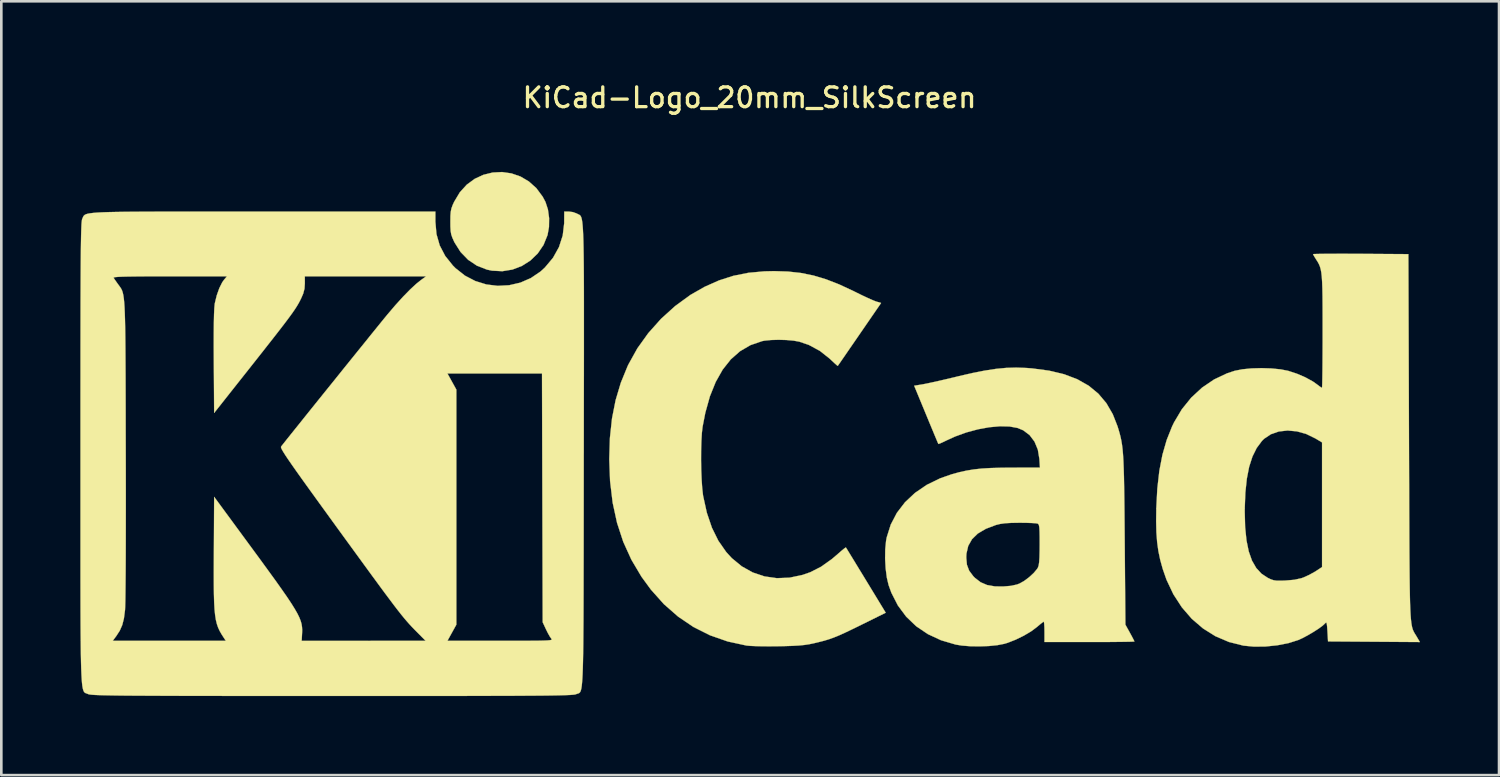
<source format=kicad_pcb>
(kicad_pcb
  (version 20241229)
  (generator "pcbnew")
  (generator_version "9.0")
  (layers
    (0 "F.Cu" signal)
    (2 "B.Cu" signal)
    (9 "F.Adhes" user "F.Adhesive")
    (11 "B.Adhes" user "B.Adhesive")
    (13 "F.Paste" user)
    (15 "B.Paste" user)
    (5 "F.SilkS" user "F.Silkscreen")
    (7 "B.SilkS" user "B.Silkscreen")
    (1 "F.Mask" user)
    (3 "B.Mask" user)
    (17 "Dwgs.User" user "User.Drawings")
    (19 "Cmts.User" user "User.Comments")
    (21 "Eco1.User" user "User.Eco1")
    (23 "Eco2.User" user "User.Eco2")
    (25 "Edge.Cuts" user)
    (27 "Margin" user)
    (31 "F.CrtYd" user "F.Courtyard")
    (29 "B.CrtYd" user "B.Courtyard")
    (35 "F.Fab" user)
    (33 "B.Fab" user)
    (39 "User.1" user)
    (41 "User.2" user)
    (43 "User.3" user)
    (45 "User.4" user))
  (footprint "KiCad-Logo_20mm_SilkScreen"
    (layer "F.Cu")
    (at 25.405 13.358)
    (property "Reference" "KiCad-Logo_20mm_SilkScreen" (at 0 -12.7 0) (layer "F.SilkS") (effects (font (size 0.75 0.75) (thickness 0.125))))
    (attr exclude_from_pos_files exclude_from_bom allow_missing_courtyard)
    (fp_poly (pts (xy -9.038 -9.825) (xy -8.696 -9.707) (xy -8.378 -9.52) (xy -8.094 -9.266) (xy -7.854 -8.943) (xy -7.746 -8.74) (xy -7.653 -8.455) (xy -7.608 -8.127) (xy -7.613 -7.79) (xy -7.668 -7.484) (xy -7.82 -7.11) (xy -8.04 -6.786) (xy -8.318 -6.518) (xy -8.641 -6.312) (xy -8.999 -6.175) (xy -9.381 -6.112) (xy -9.775 -6.132) (xy -9.969 -6.173) (xy -10.347 -6.32) (xy -10.683 -6.545) (xy -10.969 -6.84) (xy -11.196 -7.198) (xy -11.216 -7.238) (xy -11.282 -7.385) (xy -11.324 -7.508) (xy -11.346 -7.639) (xy -11.356 -7.807) (xy -11.357 -7.989) (xy -11.355 -8.208) (xy -11.343 -8.366) (xy -11.317 -8.494) (xy -11.271 -8.622) (xy -11.213 -8.748) (xy -10.999 -9.106) (xy -10.735 -9.397) (xy -10.432 -9.619) (xy -10.101 -9.772) (xy -9.751 -9.858) (xy -9.393 -9.876) (xy -9.038 -9.825)) (stroke (width 0.01) (type solid)) (fill yes) (layer "F.SilkS"))
    (fp_poly (pts (xy 1.459 -6.099) (xy 1.95 -6.045) (xy 2.425 -5.949) (xy 2.905 -5.805) (xy 3.408 -5.609) (xy 3.953 -5.355) (xy 4.052 -5.306) (xy 4.277 -5.195) (xy 4.49 -5.095) (xy 4.669 -5.016) (xy 4.793 -4.966) (xy 4.812 -4.96) (xy 4.995 -4.905) (xy 4.177 -3.716) (xy 3.977 -3.425) (xy 3.794 -3.16) (xy 3.635 -2.928) (xy 3.505 -2.74) (xy 3.411 -2.604) (xy 3.359 -2.529) (xy 3.35 -2.517) (xy 3.316 -2.541) (xy 3.231 -2.616) (xy 3.112 -2.727) (xy 3.046 -2.79) (xy 2.671 -3.087) (xy 2.251 -3.314) (xy 1.889 -3.437) (xy 1.672 -3.476) (xy 1.399 -3.5) (xy 1.105 -3.508) (xy 0.819 -3.5) (xy 0.574 -3.476) (xy 0.477 -3.457) (xy 0.037 -3.306) (xy -0.359 -3.075) (xy -0.712 -2.764) (xy -1.02 -2.375) (xy -1.284 -1.907) (xy -1.504 -1.362) (xy -1.678 -0.738) (xy -1.782 -0.205) (xy -1.809 0.031) (xy -1.827 0.335) (xy -1.837 0.686) (xy -1.839 1.062) (xy -1.833 1.442) (xy -1.818 1.802) (xy -1.796 2.122) (xy -1.767 2.38) (xy -1.761 2.42) (xy -1.62 3.06) (xy -1.428 3.626) (xy -1.183 4.122) (xy -0.885 4.549) (xy -0.674 4.78) (xy -0.294 5.093) (xy 0.122 5.325) (xy 0.569 5.475) (xy 1.038 5.542) (xy 1.522 5.523) (xy 2.016 5.418) (xy 2.307 5.316) (xy 2.711 5.111) (xy 3.127 4.816) (xy 3.36 4.617) (xy 3.491 4.502) (xy 3.593 4.418) (xy 3.652 4.377) (xy 3.659 4.376) (xy 3.685 4.417) (xy 3.753 4.527) (xy 3.856 4.696) (xy 3.99 4.915) (xy 4.147 5.173) (xy 4.324 5.462) (xy 4.422 5.623) (xy 5.171 6.854) (xy 4.236 7.316) (xy 3.897 7.482) (xy 3.623 7.613) (xy 3.397 7.715) (xy 3.201 7.795) (xy 3.019 7.86) (xy 2.835 7.916) (xy 2.631 7.968) (xy 2.435 8.015) (xy 2.261 8.051) (xy 2.08 8.078) (xy 1.872 8.098) (xy 1.62 8.112) (xy 1.305 8.122) (xy 1.092 8.126) (xy 0.79 8.129) (xy 0.499 8.128) (xy 0.241 8.122) (xy 0.033 8.113) (xy -0.105 8.101) (xy -0.113 8.1) (xy -0.828 7.945) (xy -1.499 7.711) (xy -2.127 7.396) (xy -2.71 7.002) (xy -3.25 6.529) (xy -3.744 5.976) (xy -4.103 5.485) (xy -4.484 4.842) (xy -4.793 4.163) (xy -5.029 3.443) (xy -5.196 2.675) (xy -5.294 1.855) (xy -5.325 1.023) (xy -5.3 0.218) (xy -5.22 -0.525) (xy -5.083 -1.218) (xy -4.887 -1.874) (xy -4.629 -2.506) (xy -4.598 -2.571) (xy -4.258 -3.183) (xy -3.841 -3.764) (xy -3.358 -4.305) (xy -2.821 -4.791) (xy -2.243 -5.212) (xy -1.703 -5.52) (xy -1.158 -5.762) (xy -0.613 -5.937) (xy -0.044 -6.051) (xy 0.567 -6.107) (xy 0.933 -6.115) (xy 1.459 -6.099)) (stroke (width 0.01) (type solid)) (fill yes) (layer "F.SilkS"))
    (fp_poly (pts (xy 22.685 -6.774) (xy 23.072 -6.772) (xy 23.204 -6.772) (xy 25.013 -6.76) (xy 25.036 0.182) (xy 25.039 1.123) (xy 25.042 1.978) (xy 25.044 2.751) (xy 25.047 3.445) (xy 25.049 4.067) (xy 25.052 4.619) (xy 25.056 5.107) (xy 25.06 5.535) (xy 25.065 5.907) (xy 25.071 6.228) (xy 25.078 6.502) (xy 25.087 6.734) (xy 25.097 6.928) (xy 25.109 7.088) (xy 25.123 7.219) (xy 25.139 7.325) (xy 25.157 7.411) (xy 25.178 7.482) (xy 25.201 7.54) (xy 25.227 7.592) (xy 25.255 7.641) (xy 25.287 7.692) (xy 25.322 7.749) (xy 25.329 7.761) (xy 25.45 7.967) (xy 21.963 7.943) (xy 21.941 7.56) (xy 21.928 7.376) (xy 21.915 7.27) (xy 21.898 7.228) (xy 21.871 7.237) (xy 21.849 7.261) (xy 21.754 7.349) (xy 21.598 7.463) (xy 21.403 7.588) (xy 21.192 7.712) (xy 20.987 7.82) (xy 20.83 7.891) (xy 20.46 8.008) (xy 20.037 8.09) (xy 19.59 8.136) (xy 19.152 8.141) (xy 18.753 8.103) (xy 18.746 8.101) (xy 18.2 7.964) (xy 17.689 7.746) (xy 17.218 7.451) (xy 16.791 7.085) (xy 16.415 6.651) (xy 16.092 6.154) (xy 15.83 5.6) (xy 15.687 5.189) (xy 15.592 4.846) (xy 15.522 4.513) (xy 15.475 4.171) (xy 15.447 3.8) (xy 15.437 3.378) (xy 15.442 3.034) (xy 18.801 3.034) (xy 18.816 3.611) (xy 18.867 4.107) (xy 18.953 4.528) (xy 19.076 4.876) (xy 19.238 5.157) (xy 19.44 5.375) (xy 19.674 5.529) (xy 19.796 5.587) (xy 19.901 5.621) (xy 20.019 5.637) (xy 20.177 5.638) (xy 20.347 5.632) (xy 20.682 5.603) (xy 20.947 5.545) (xy 21.03 5.516) (xy 21.22 5.43) (xy 21.421 5.323) (xy 21.508 5.269) (xy 21.736 5.12) (xy 21.736 0.388) (xy 21.485 0.238) (xy 21.136 0.068) (xy 20.779 -0.032) (xy 20.428 -0.064) (xy 20.095 -0.027) (xy 19.794 0.077) (xy 19.538 0.248) (xy 19.455 0.33) (xy 19.255 0.599) (xy 19.094 0.924) (xy 18.969 1.312) (xy 18.88 1.767) (xy 18.824 2.296) (xy 18.801 2.903) (xy 18.801 3.034) (xy 15.442 3.034) (xy 15.443 2.891) (xy 15.482 2.142) (xy 15.559 1.466) (xy 15.677 0.854) (xy 15.838 0.295) (xy 16.043 -0.219) (xy 16.117 -0.372) (xy 16.413 -0.87) (xy 16.77 -1.312) (xy 17.18 -1.691) (xy 17.636 -2.001) (xy 18.128 -2.234) (xy 18.422 -2.331) (xy 18.712 -2.388) (xy 19.06 -2.422) (xy 19.438 -2.432) (xy 19.817 -2.42) (xy 20.166 -2.385) (xy 20.447 -2.33) (xy 20.781 -2.221) (xy 21.105 -2.081) (xy 21.389 -1.925) (xy 21.54 -1.818) (xy 21.644 -1.739) (xy 21.716 -1.691) (xy 21.733 -1.684) (xy 21.738 -1.728) (xy 21.743 -1.854) (xy 21.747 -2.054) (xy 21.751 -2.318) (xy 21.754 -2.637) (xy 21.756 -3.002) (xy 21.758 -3.406) (xy 21.758 -3.816) (xy 21.758 -4.343) (xy 21.757 -4.786) (xy 21.754 -5.156) (xy 21.748 -5.46) (xy 21.739 -5.706) (xy 21.726 -5.905) (xy 21.708 -6.063) (xy 21.684 -6.189) (xy 21.654 -6.292) (xy 21.617 -6.381) (xy 21.572 -6.463) (xy 21.518 -6.548) (xy 21.511 -6.558) (xy 21.442 -6.668) (xy 21.4 -6.743) (xy 21.394 -6.759) (xy 21.438 -6.764) (xy 21.563 -6.768) (xy 21.76 -6.771) (xy 22.019 -6.773) (xy 22.331 -6.774) (xy 22.685 -6.774)) (stroke (width 0.01) (type solid)) (fill yes) (layer "F.SilkS"))
    (fp_poly (pts (xy 10.502 -2.439) (xy 10.727 -2.422) (xy 11.372 -2.336) (xy 11.944 -2.2) (xy 12.444 -2.01) (xy 12.876 -1.765) (xy 13.243 -1.463) (xy 13.547 -1.103) (xy 13.791 -0.683) (xy 13.97 -0.228) (xy 14.015 -0.082) (xy 14.054 0.054) (xy 14.088 0.188) (xy 14.117 0.327) (xy 14.142 0.479) (xy 14.163 0.651) (xy 14.18 0.851) (xy 14.194 1.085) (xy 14.205 1.362) (xy 14.215 1.687) (xy 14.222 2.069) (xy 14.229 2.516) (xy 14.235 3.033) (xy 14.24 3.629) (xy 14.244 4.097) (xy 14.27 7.306) (xy 14.441 7.615) (xy 14.522 7.764) (xy 14.582 7.879) (xy 14.611 7.941) (xy 14.612 7.945) (xy 14.568 7.95) (xy 14.443 7.954) (xy 14.247 7.958) (xy 13.99 7.961) (xy 13.681 7.964) (xy 13.331 7.965) (xy 12.95 7.966) (xy 12.905 7.966) (xy 11.198 7.966) (xy 11.198 7.579) (xy 11.195 7.404) (xy 11.187 7.27) (xy 11.176 7.199) (xy 11.171 7.192) (xy 11.126 7.22) (xy 11.033 7.293) (xy 10.912 7.395) (xy 10.909 7.398) (xy 10.689 7.562) (xy 10.41 7.727) (xy 10.105 7.876) (xy 9.805 7.994) (xy 9.673 8.034) (xy 9.41 8.085) (xy 9.087 8.118) (xy 8.735 8.131) (xy 8.381 8.126) (xy 8.057 8.1) (xy 7.829 8.063) (xy 7.272 7.899) (xy 6.771 7.666) (xy 6.328 7.367) (xy 5.948 7.003) (xy 5.633 6.579) (xy 5.386 6.096) (xy 5.28 5.804) (xy 5.213 5.519) (xy 5.169 5.178) (xy 5.148 4.811) (xy 5.149 4.757) (xy 8.228 4.757) (xy 8.253 5.03) (xy 8.338 5.257) (xy 8.495 5.467) (xy 8.556 5.529) (xy 8.77 5.695) (xy 9.018 5.802) (xy 9.315 5.854) (xy 9.628 5.858) (xy 9.925 5.833) (xy 10.152 5.783) (xy 10.251 5.746) (xy 10.428 5.646) (xy 10.617 5.504) (xy 10.789 5.345) (xy 10.917 5.193) (xy 10.951 5.137) (xy 10.977 5.059) (xy 10.996 4.934) (xy 11.008 4.751) (xy 11.014 4.498) (xy 11.016 4.257) (xy 11.015 3.976) (xy 11.011 3.773) (xy 11.004 3.634) (xy 10.991 3.547) (xy 10.972 3.498) (xy 10.945 3.473) (xy 10.936 3.469) (xy 10.863 3.457) (xy 10.718 3.448) (xy 10.521 3.441) (xy 10.292 3.438) (xy 10.242 3.438) (xy 9.936 3.443) (xy 9.699 3.457) (xy 9.511 3.484) (xy 9.356 3.522) (xy 8.97 3.668) (xy 8.668 3.847) (xy 8.447 4.062) (xy 8.303 4.317) (xy 8.235 4.613) (xy 8.228 4.757) (xy 5.149 4.757) (xy 5.153 4.45) (xy 5.184 4.126) (xy 5.208 3.995) (xy 5.361 3.51) (xy 5.594 3.063) (xy 5.903 2.66) (xy 6.283 2.304) (xy 6.729 1.999) (xy 7.238 1.751) (xy 7.67 1.6) (xy 7.959 1.52) (xy 8.235 1.459) (xy 8.517 1.413) (xy 8.822 1.38) (xy 9.168 1.36) (xy 9.573 1.349) (xy 9.94 1.346) (xy 11.026 1.343) (xy 11.005 1.016) (xy 10.946 0.662) (xy 10.82 0.358) (xy 10.633 0.11) (xy 10.391 -0.072) (xy 10.177 -0.161) (xy 9.87 -0.217) (xy 9.506 -0.225) (xy 9.1 -0.188) (xy 8.67 -0.109) (xy 8.232 0.009) (xy 7.805 0.164) (xy 7.495 0.305) (xy 7.345 0.377) (xy 7.231 0.428) (xy 7.173 0.447) (xy 7.17 0.447) (xy 7.15 0.403) (xy 7.1 0.285) (xy 7.025 0.106) (xy 6.93 -0.123) (xy 6.818 -0.392) (xy 6.705 -0.666) (xy 6.251 -1.764) (xy 6.574 -1.817) (xy 6.714 -1.844) (xy 6.924 -1.889) (xy 7.186 -1.947) (xy 7.483 -2.016) (xy 7.796 -2.09) (xy 7.92 -2.121) (xy 8.46 -2.246) (xy 8.932 -2.339) (xy 9.355 -2.404) (xy 9.745 -2.441) (xy 10.122 -2.452) (xy 10.502 -2.439)) (stroke (width 0.01) (type solid)) (fill yes) (layer "F.SilkS"))
    (fp_poly (pts (xy -19.746 -8.376) (xy -18.869 -8.376) (xy -18.461 -8.376) (xy -11.926 -8.376) (xy -11.926 -7.99) (xy -11.885 -7.522) (xy -11.761 -7.089) (xy -11.553 -6.691) (xy -11.259 -6.324) (xy -11.16 -6.225) (xy -10.803 -5.943) (xy -10.409 -5.738) (xy -9.991 -5.609) (xy -9.559 -5.556) (xy -9.126 -5.579) (xy -8.702 -5.677) (xy -8.301 -5.851) (xy -7.933 -6.101) (xy -7.768 -6.252) (xy -7.46 -6.621) (xy -7.234 -7.027) (xy -7.092 -7.466) (xy -7.036 -7.931) (xy -7.036 -7.977) (xy -7.033 -8.376) (xy -6.858 -8.376) (xy -6.702 -8.355) (xy -6.561 -8.303) (xy -6.551 -8.298) (xy -6.519 -8.281) (xy -6.49 -8.268) (xy -6.463 -8.255) (xy -6.438 -8.238) (xy -6.416 -8.214) (xy -6.396 -8.178) (xy -6.378 -8.127) (xy -6.362 -8.057) (xy -6.348 -7.964) (xy -6.336 -7.845) (xy -6.325 -7.695) (xy -6.316 -7.512) (xy -6.308 -7.29) (xy -6.302 -7.027) (xy -6.297 -6.719) (xy -6.293 -6.361) (xy -6.29 -5.951) (xy -6.288 -5.484) (xy -6.287 -4.957) (xy -6.287 -4.365) (xy -6.287 -3.705) (xy -6.287 -2.974) (xy -6.288 -2.167) (xy -6.29 -1.281) (xy -6.291 -0.312) (xy -6.292 0.744) (xy -6.293 0.873) (xy -6.294 1.935) (xy -6.295 2.911) (xy -6.296 3.803) (xy -6.297 4.615) (xy -6.299 5.352) (xy -6.3 6.016) (xy -6.302 6.611) (xy -6.304 7.142) (xy -6.308 7.613) (xy -6.311 8.026) (xy -6.316 8.385) (xy -6.322 8.695) (xy -6.329 8.96) (xy -6.337 9.182) (xy -6.347 9.366) (xy -6.358 9.515) (xy -6.37 9.634) (xy -6.384 9.726) (xy -6.401 9.795) (xy -6.419 9.844) (xy -6.439 9.877) (xy -6.462 9.899) (xy -6.486 9.913) (xy -6.514 9.922) (xy -6.544 9.931) (xy -6.576 9.942) (xy -6.584 9.946) (xy -6.609 9.954) (xy -6.651 9.962) (xy -6.713 9.968) (xy -6.8 9.975) (xy -6.914 9.98) (xy -7.06 9.985) (xy -7.241 9.99) (xy -7.46 9.994) (xy -7.722 9.998) (xy -8.03 10.001) (xy -8.388 10.003) (xy -8.8 10.006) (xy -9.268 10.008) (xy -9.797 10.009) (xy -10.39 10.011) (xy -11.051 10.012) (xy -11.784 10.012) (xy -12.593 10.013) (xy -13.48 10.013) (xy -14.45 10.013) (xy -15.506 10.013) (xy -15.848 10.013) (xy -16.927 10.013) (xy -17.919 10.013) (xy -18.828 10.012) (xy -19.656 10.012) (xy -20.409 10.011) (xy -21.089 10.01) (xy -21.699 10.009) (xy -22.245 10.007) (xy -22.73 10.005) (xy -23.156 10.003) (xy -23.529 10.001) (xy -23.851 9.998) (xy -24.126 9.994) (xy -24.359 9.99) (xy -24.552 9.986) (xy -24.709 9.981) (xy -24.835 9.976) (xy -24.933 9.97) (xy -25.006 9.963) (xy -25.058 9.956) (xy -25.093 9.948) (xy -25.112 9.941) (xy -25.146 9.927) (xy -25.178 9.916) (xy -25.206 9.905) (xy -25.232 9.891) (xy -25.256 9.869) (xy -25.277 9.836) (xy -25.296 9.788) (xy -25.313 9.721) (xy -25.329 9.631) (xy -25.342 9.515) (xy -25.353 9.369) (xy -25.363 9.189) (xy -25.372 8.972) (xy -25.379 8.713) (xy -25.385 8.409) (xy -25.389 8.056) (xy -25.39 7.92) (xy -24.176 7.92) (xy -19.882 7.92) (xy -19.964 7.795) (xy -20.046 7.667) (xy -20.116 7.544) (xy -20.174 7.419) (xy -20.221 7.283) (xy -20.259 7.128) (xy -20.288 6.944) (xy -20.31 6.724) (xy -20.325 6.458) (xy -20.334 6.138) (xy -20.338 5.757) (xy -20.339 5.304) (xy -20.337 4.771) (xy -20.336 4.573) (xy -20.325 2.454) (xy -18.982 4.282) (xy -18.601 4.8) (xy -18.272 5.252) (xy -17.989 5.642) (xy -17.751 5.978) (xy -17.552 6.264) (xy -17.39 6.508) (xy -17.262 6.714) (xy -17.162 6.889) (xy -17.089 7.039) (xy -17.038 7.17) (xy -17.006 7.287) (xy -16.989 7.398) (xy -16.983 7.507) (xy -16.986 7.621) (xy -16.987 7.635) (xy -17.002 7.921) (xy -14.649 7.921) (xy -12.296 7.92) (xy -12.646 7.567) (xy -12.741 7.471) (xy -12.831 7.377) (xy -12.92 7.281) (xy -13.012 7.176) (xy -13.112 7.059) (xy -13.222 6.924) (xy -13.347 6.765) (xy -13.491 6.578) (xy -13.657 6.357) (xy -13.851 6.098) (xy -14.075 5.794) (xy -14.334 5.441) (xy -14.631 5.034) (xy -14.971 4.567) (xy -15.358 4.036) (xy -15.675 3.6) (xy -16.072 3.052) (xy -16.419 2.573) (xy -16.718 2.159) (xy -16.973 1.804) (xy -17.187 1.504) (xy -17.362 1.255) (xy -17.502 1.052) (xy -17.611 0.891) (xy -17.69 0.766) (xy -17.744 0.674) (xy -17.776 0.61) (xy -17.788 0.569) (xy -17.784 0.548) (xy -17.74 0.491) (xy -17.644 0.37) (xy -17.503 0.193) (xy -17.322 -0.033) (xy -17.106 -0.302) (xy -16.863 -0.606) (xy -16.597 -0.937) (xy -16.314 -1.289) (xy -16.02 -1.654) (xy -15.72 -2.026) (xy -15.556 -2.23) (xy -11.469 -2.23) (xy -11.13 -1.616) (xy -11.13 7.306) (xy -11.469 7.92) (xy -9.46 7.92) (xy -8.981 7.92) (xy -8.584 7.92) (xy -8.264 7.918) (xy -8.012 7.916) (xy -7.821 7.912) (xy -7.683 7.906) (xy -7.59 7.898) (xy -7.536 7.888) (xy -7.512 7.875) (xy -7.51 7.859) (xy -7.524 7.84) (xy -7.524 7.84) (xy -7.582 7.757) (xy -7.658 7.622) (xy -7.725 7.487) (xy -7.852 7.215) (xy -7.865 2.492) (xy -7.878 -2.23) (xy -11.469 -2.23) (xy -15.556 -2.23) (xy -15.422 -2.397) (xy -15.129 -2.76) (xy -14.849 -3.107) (xy -14.586 -3.432) (xy -14.348 -3.728) (xy -14.138 -3.987) (xy -13.964 -4.202) (xy -13.831 -4.365) (xy -13.752 -4.461) (xy -13.448 -4.818) (xy -13.156 -5.14) (xy -12.885 -5.417) (xy -12.646 -5.638) (xy -12.477 -5.773) (xy -12.277 -5.918) (xy -16.883 -5.918) (xy -16.882 -5.647) (xy -16.895 -5.449) (xy -16.943 -5.264) (xy -17.018 -5.09) (xy -17.067 -4.991) (xy -17.119 -4.893) (xy -17.18 -4.79) (xy -17.254 -4.674) (xy -17.346 -4.54) (xy -17.461 -4.381) (xy -17.603 -4.191) (xy -17.778 -3.962) (xy -17.99 -3.689) (xy -18.244 -3.365) (xy -18.544 -2.983) (xy -18.896 -2.537) (xy -18.936 -2.487) (xy -20.325 -0.731) (xy -20.338 -2.676) (xy -20.341 -3.258) (xy -20.34 -3.751) (xy -20.336 -4.157) (xy -20.329 -4.476) (xy -20.318 -4.711) (xy -20.304 -4.862) (xy -20.3 -4.891) (xy -20.226 -5.195) (xy -20.129 -5.468) (xy -20.019 -5.688) (xy -19.953 -5.782) (xy -19.839 -5.918) (xy -22.007 -5.918) (xy -22.525 -5.917) (xy -22.957 -5.916) (xy -23.312 -5.913) (xy -23.594 -5.909) (xy -23.81 -5.904) (xy -23.967 -5.897) (xy -24.07 -5.888) (xy -24.127 -5.877) (xy -24.143 -5.864) (xy -24.142 -5.861) (xy -24.096 -5.791) (xy -24.019 -5.681) (xy -23.98 -5.626) (xy -23.938 -5.57) (xy -23.902 -5.52) (xy -23.869 -5.472) (xy -23.839 -5.419) (xy -23.813 -5.358) (xy -23.791 -5.283) (xy -23.771 -5.189) (xy -23.754 -5.072) (xy -23.74 -4.927) (xy -23.728 -4.748) (xy -23.718 -4.532) (xy -23.71 -4.272) (xy -23.703 -3.964) (xy -23.698 -3.604) (xy -23.694 -3.186) (xy -23.691 -2.706) (xy -23.688 -2.158) (xy -23.686 -1.537) (xy -23.684 -0.84) (xy -23.683 -0.061) (xy -23.681 0.656) (xy -23.679 1.454) (xy -23.678 2.216) (xy -23.678 2.936) (xy -23.679 3.61) (xy -23.68 4.232) (xy -23.682 4.799) (xy -23.685 5.304) (xy -23.689 5.744) (xy -23.693 6.113) (xy -23.697 6.406) (xy -23.703 6.619) (xy -23.708 6.746) (xy -23.71 6.76) (xy -23.75 7.069) (xy -23.813 7.318) (xy -23.908 7.535) (xy -24.047 7.749) (xy -24.065 7.772) (xy -24.176 7.92) (xy -25.39 7.92) (xy -25.393 7.65) (xy -25.396 7.188) (xy -25.398 6.666) (xy -25.399 6.079) (xy -25.4 5.425) (xy -25.4 4.7) (xy -25.4 3.899) (xy -25.4 3.019) (xy -25.4 2.056) (xy -25.4 1.007) (xy -25.4 0.799) (xy -25.4 -0.261) (xy -25.4 -1.234) (xy -25.399 -2.124) (xy -25.399 -2.933) (xy -25.398 -3.667) (xy -25.397 -4.328) (xy -25.396 -4.921) (xy -25.394 -5.448) (xy -25.392 -5.915) (xy -25.39 -6.324) (xy -25.387 -6.679) (xy -25.384 -6.985) (xy -25.38 -7.244) (xy -25.376 -7.461) (xy -25.371 -7.639) (xy -25.366 -7.782) (xy -25.361 -7.894) (xy -25.354 -7.978) (xy -25.347 -8.039) (xy -25.34 -8.079) (xy -25.331 -8.103) (xy -25.331 -8.104) (xy -25.314 -8.141) (xy -25.3 -8.174) (xy -25.284 -8.204) (xy -25.262 -8.231) (xy -25.23 -8.255) (xy -25.183 -8.277) (xy -25.118 -8.295) (xy -25.029 -8.311) (xy -24.912 -8.325) (xy -24.763 -8.337) (xy -24.577 -8.347) (xy -24.35 -8.355) (xy -24.079 -8.361) (xy -23.757 -8.366) (xy -23.381 -8.37) (xy -22.947 -8.372) (xy -22.45 -8.374) (xy -21.886 -8.375) (xy -21.25 -8.376) (xy -20.538 -8.376) (xy -19.746 -8.376)) (stroke (width 0.01) (type solid)) (fill yes) (layer "F.SilkS")))
  (gr_rect
    (start -3 -3)
    (end 53.86 26.376)
    (stroke (width 0.1) (type default))
    (fill no)
    (layer "Edge.Cuts")))
</source>
